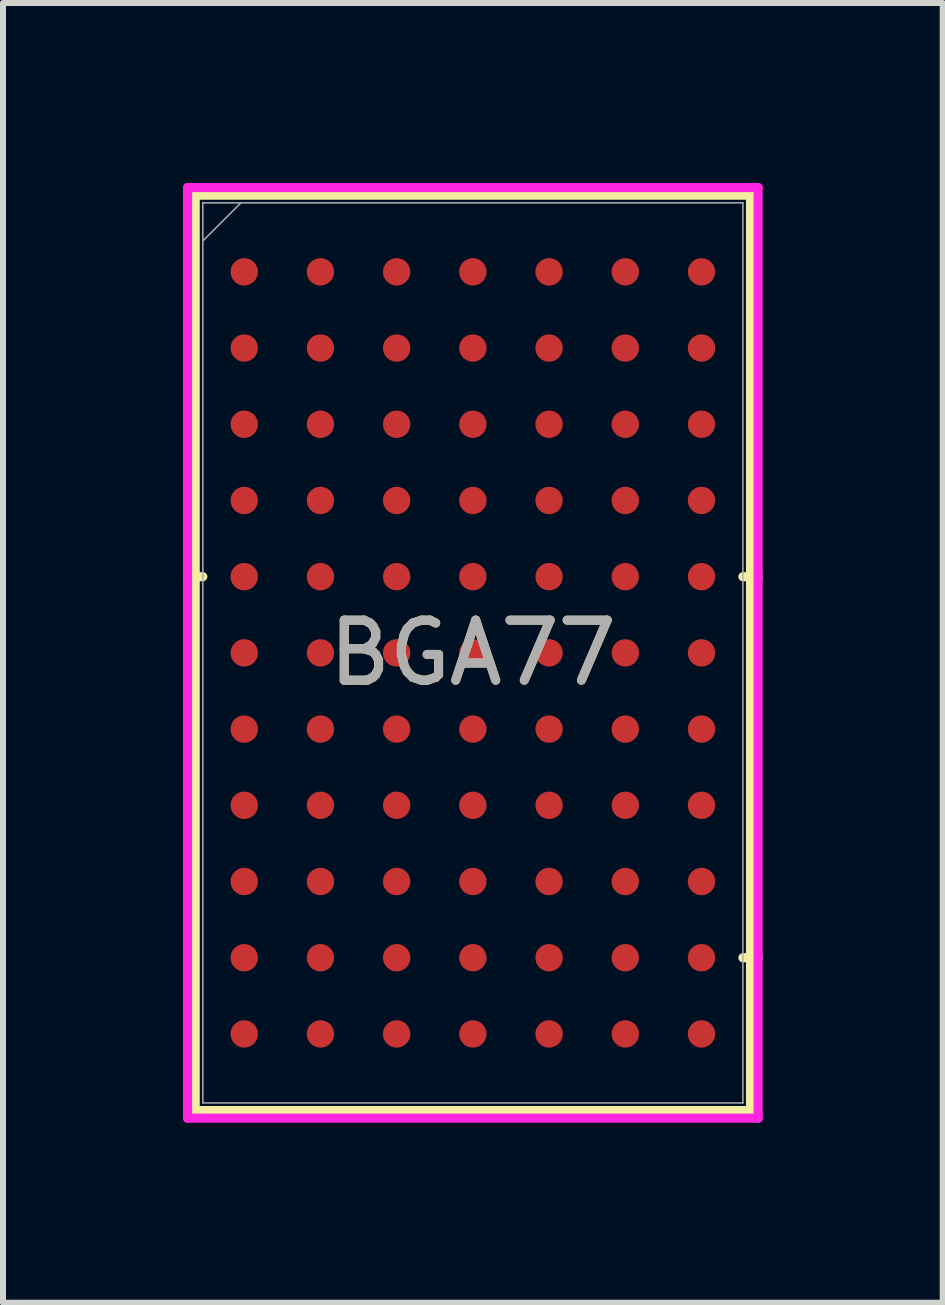
<source format=kicad_pcb>
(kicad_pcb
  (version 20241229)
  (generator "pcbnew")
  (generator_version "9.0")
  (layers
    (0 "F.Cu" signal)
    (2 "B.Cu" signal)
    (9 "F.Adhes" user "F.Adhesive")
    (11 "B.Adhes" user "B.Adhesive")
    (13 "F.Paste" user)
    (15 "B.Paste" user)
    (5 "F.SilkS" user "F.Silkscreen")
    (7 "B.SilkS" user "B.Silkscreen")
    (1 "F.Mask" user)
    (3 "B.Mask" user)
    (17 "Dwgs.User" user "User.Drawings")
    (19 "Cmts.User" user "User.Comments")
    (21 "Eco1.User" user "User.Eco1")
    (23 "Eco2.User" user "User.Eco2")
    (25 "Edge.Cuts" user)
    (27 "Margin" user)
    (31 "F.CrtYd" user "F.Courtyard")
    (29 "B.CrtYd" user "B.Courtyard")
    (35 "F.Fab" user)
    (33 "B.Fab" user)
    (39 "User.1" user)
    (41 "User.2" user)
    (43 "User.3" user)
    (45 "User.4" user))
  (footprint "BGA77"
    (layer "F.Cu")
    (at 4.83 7.83)
    (property "Reference" "BGA77" (at 0 0 0) (unlocked yes) (layer "F.SilkS") (effects (font (size 1 1) (thickness 0.15))))
    (attr smd)
    (fp_line (start -4.627 -7.627) (end -4.627 7.627) (stroke (width 0.152) (type solid)) (layer "F.SilkS"))
    (fp_line (start -4.627 7.627) (end 4.627 7.627) (stroke (width 0.152) (type solid)) (layer "F.SilkS"))
    (fp_line (start -4.5 -1.27) (end -4.754 -1.27) (stroke (width 0.152) (type solid)) (layer "F.SilkS"))
    (fp_line (start 4.5 -1.27) (end 4.754 -1.27) (stroke (width 0.152) (type solid)) (layer "F.SilkS"))
    (fp_line (start 4.5 5.08) (end 4.754 5.08) (stroke (width 0.152) (type solid)) (layer "F.SilkS"))
    (fp_line (start 4.627 -7.627) (end -4.627 -7.627) (stroke (width 0.152) (type solid)) (layer "F.SilkS"))
    (fp_line (start 4.627 7.627) (end 4.627 -7.627) (stroke (width 0.152) (type solid)) (layer "F.SilkS"))
    (fp_line (start -4.754 -7.754) (end 4.754 -7.754) (stroke (width 0.152) (type solid)) (layer "F.CrtYd"))
    (fp_line (start -4.754 7.754) (end -4.754 -7.754) (stroke (width 0.152) (type solid)) (layer "F.CrtYd"))
    (fp_line (start 4.754 -7.754) (end 4.754 7.754) (stroke (width 0.152) (type solid)) (layer "F.CrtYd"))
    (fp_line (start 4.754 7.754) (end -4.754 7.754) (stroke (width 0.152) (type solid)) (layer "F.CrtYd"))
    (fp_line (start -4.5 -7.5) (end -4.5 7.5) (stroke (width 0.025) (type solid)) (layer "F.Fab"))
    (fp_line (start -4.5 7.5) (end 4.5 7.5) (stroke (width 0.025) (type solid)) (layer "F.Fab"))
    (fp_line (start -3.865 -7.5) (end -4.5 -6.865) (stroke (width 0.025) (type solid)) (layer "F.Fab"))
    (fp_line (start 4.5 -7.5) (end -4.5 -7.5) (stroke (width 0.025) (type solid)) (layer "F.Fab"))
    (fp_line (start 4.5 7.5) (end 4.5 -7.5) (stroke (width 0.025) (type solid)) (layer "F.Fab"))
    (fp_text user "${REFERENCE}" (at 0 0 0) (unlocked yes) (layer "F.Fab") (effects (font (size 1 1) (thickness 0.15))))
    (pad "A1" smd circle (at -3.81 -6.35) (size 0.457 0.457) (layers "F.Cu" "F.Mask" "F.Paste"))
    (pad "A2" smd circle (at -2.54 -6.35) (size 0.457 0.457) (layers "F.Cu" "F.Mask" "F.Paste"))
    (pad "A3" smd circle (at -1.27 -6.35) (size 0.457 0.457) (layers "F.Cu" "F.Mask" "F.Paste"))
    (pad "A4" smd circle (at 0 -6.35) (size 0.457 0.457) (layers "F.Cu" "F.Mask" "F.Paste"))
    (pad "A5" smd circle (at 1.27 -6.35) (size 0.457 0.457) (layers "F.Cu" "F.Mask" "F.Paste"))
    (pad "A6" smd circle (at 2.54 -6.35) (size 0.457 0.457) (layers "F.Cu" "F.Mask" "F.Paste"))
    (pad "A7" smd circle (at 3.81 -6.35) (size 0.457 0.457) (layers "F.Cu" "F.Mask" "F.Paste"))
    (pad "B1" smd circle (at -3.81 -5.08) (size 0.457 0.457) (layers "F.Cu" "F.Mask" "F.Paste"))
    (pad "B2" smd circle (at -2.54 -5.08) (size 0.457 0.457) (layers "F.Cu" "F.Mask" "F.Paste"))
    (pad "B3" smd circle (at -1.27 -5.08) (size 0.457 0.457) (layers "F.Cu" "F.Mask" "F.Paste"))
    (pad "B4" smd circle (at 0 -5.08) (size 0.457 0.457) (layers "F.Cu" "F.Mask" "F.Paste"))
    (pad "B5" smd circle (at 1.27 -5.08) (size 0.457 0.457) (layers "F.Cu" "F.Mask" "F.Paste"))
    (pad "B6" smd circle (at 2.54 -5.08) (size 0.457 0.457) (layers "F.Cu" "F.Mask" "F.Paste"))
    (pad "B7" smd circle (at 3.81 -5.08) (size 0.457 0.457) (layers "F.Cu" "F.Mask" "F.Paste"))
    (pad "C1" smd circle (at -3.81 -3.81) (size 0.457 0.457) (layers "F.Cu" "F.Mask" "F.Paste"))
    (pad "C2" smd circle (at -2.54 -3.81) (size 0.457 0.457) (layers "F.Cu" "F.Mask" "F.Paste"))
    (pad "C3" smd circle (at -1.27 -3.81) (size 0.457 0.457) (layers "F.Cu" "F.Mask" "F.Paste"))
    (pad "C4" smd circle (at 0 -3.81) (size 0.457 0.457) (layers "F.Cu" "F.Mask" "F.Paste"))
    (pad "C5" smd circle (at 1.27 -3.81) (size 0.457 0.457) (layers "F.Cu" "F.Mask" "F.Paste"))
    (pad "C6" smd circle (at 2.54 -3.81) (size 0.457 0.457) (layers "F.Cu" "F.Mask" "F.Paste"))
    (pad "C7" smd circle (at 3.81 -3.81) (size 0.457 0.457) (layers "F.Cu" "F.Mask" "F.Paste"))
    (pad "D1" smd circle (at -3.81 -2.54) (size 0.457 0.457) (layers "F.Cu" "F.Mask" "F.Paste"))
    (pad "D2" smd circle (at -2.54 -2.54) (size 0.457 0.457) (layers "F.Cu" "F.Mask" "F.Paste"))
    (pad "D3" smd circle (at -1.27 -2.54) (size 0.457 0.457) (layers "F.Cu" "F.Mask" "F.Paste"))
    (pad "D4" smd circle (at 0 -2.54) (size 0.457 0.457) (layers "F.Cu" "F.Mask" "F.Paste"))
    (pad "D5" smd circle (at 1.27 -2.54) (size 0.457 0.457) (layers "F.Cu" "F.Mask" "F.Paste"))
    (pad "D6" smd circle (at 2.54 -2.54) (size 0.457 0.457) (layers "F.Cu" "F.Mask" "F.Paste"))
    (pad "D7" smd circle (at 3.81 -2.54) (size 0.457 0.457) (layers "F.Cu" "F.Mask" "F.Paste"))
    (pad "E1" smd circle (at -3.81 -1.27) (size 0.457 0.457) (layers "F.Cu" "F.Mask" "F.Paste"))
    (pad "E2" smd circle (at -2.54 -1.27) (size 0.457 0.457) (layers "F.Cu" "F.Mask" "F.Paste"))
    (pad "E3" smd circle (at -1.27 -1.27) (size 0.457 0.457) (layers "F.Cu" "F.Mask" "F.Paste"))
    (pad "E4" smd circle (at 0 -1.27) (size 0.457 0.457) (layers "F.Cu" "F.Mask" "F.Paste"))
    (pad "E5" smd circle (at 1.27 -1.27) (size 0.457 0.457) (layers "F.Cu" "F.Mask" "F.Paste"))
    (pad "E6" smd circle (at 2.54 -1.27) (size 0.457 0.457) (layers "F.Cu" "F.Mask" "F.Paste"))
    (pad "E7" smd circle (at 3.81 -1.27) (size 0.457 0.457) (layers "F.Cu" "F.Mask" "F.Paste"))
    (pad "F1" smd circle (at -3.81 0) (size 0.457 0.457) (layers "F.Cu" "F.Mask" "F.Paste"))
    (pad "F2" smd circle (at -2.54 0) (size 0.457 0.457) (layers "F.Cu" "F.Mask" "F.Paste"))
    (pad "F3" smd circle (at -1.27 0) (size 0.457 0.457) (layers "F.Cu" "F.Mask" "F.Paste"))
    (pad "F4" smd circle (at 0 0) (size 0.457 0.457) (layers "F.Cu" "F.Mask" "F.Paste"))
    (pad "F5" smd circle (at 1.27 0) (size 0.457 0.457) (layers "F.Cu" "F.Mask" "F.Paste"))
    (pad "F6" smd circle (at 2.54 0) (size 0.457 0.457) (layers "F.Cu" "F.Mask" "F.Paste"))
    (pad "F7" smd circle (at 3.81 0) (size 0.457 0.457) (layers "F.Cu" "F.Mask" "F.Paste"))
    (pad "G1" smd circle (at -3.81 1.27) (size 0.457 0.457) (layers "F.Cu" "F.Mask" "F.Paste"))
    (pad "G2" smd circle (at -2.54 1.27) (size 0.457 0.457) (layers "F.Cu" "F.Mask" "F.Paste"))
    (pad "G3" smd circle (at -1.27 1.27) (size 0.457 0.457) (layers "F.Cu" "F.Mask" "F.Paste"))
    (pad "G4" smd circle (at 0 1.27) (size 0.457 0.457) (layers "F.Cu" "F.Mask" "F.Paste"))
    (pad "G5" smd circle (at 1.27 1.27) (size 0.457 0.457) (layers "F.Cu" "F.Mask" "F.Paste"))
    (pad "G6" smd circle (at 2.54 1.27) (size 0.457 0.457) (layers "F.Cu" "F.Mask" "F.Paste"))
    (pad "G7" smd circle (at 3.81 1.27) (size 0.457 0.457) (layers "F.Cu" "F.Mask" "F.Paste"))
    (pad "H1" smd circle (at -3.81 2.54) (size 0.457 0.457) (layers "F.Cu" "F.Mask" "F.Paste"))
    (pad "H2" smd circle (at -2.54 2.54) (size 0.457 0.457) (layers "F.Cu" "F.Mask" "F.Paste"))
    (pad "H3" smd circle (at -1.27 2.54) (size 0.457 0.457) (layers "F.Cu" "F.Mask" "F.Paste"))
    (pad "H4" smd circle (at 0 2.54) (size 0.457 0.457) (layers "F.Cu" "F.Mask" "F.Paste"))
    (pad "H5" smd circle (at 1.27 2.54) (size 0.457 0.457) (layers "F.Cu" "F.Mask" "F.Paste"))
    (pad "H6" smd circle (at 2.54 2.54) (size 0.457 0.457) (layers "F.Cu" "F.Mask" "F.Paste"))
    (pad "H7" smd circle (at 3.81 2.54) (size 0.457 0.457) (layers "F.Cu" "F.Mask" "F.Paste"))
    (pad "J1" smd circle (at -3.81 3.81) (size 0.457 0.457) (layers "F.Cu" "F.Mask" "F.Paste"))
    (pad "J2" smd circle (at -2.54 3.81) (size 0.457 0.457) (layers "F.Cu" "F.Mask" "F.Paste"))
    (pad "J3" smd circle (at -1.27 3.81) (size 0.457 0.457) (layers "F.Cu" "F.Mask" "F.Paste"))
    (pad "J4" smd circle (at 0 3.81) (size 0.457 0.457) (layers "F.Cu" "F.Mask" "F.Paste"))
    (pad "J5" smd circle (at 1.27 3.81) (size 0.457 0.457) (layers "F.Cu" "F.Mask" "F.Paste"))
    (pad "J6" smd circle (at 2.54 3.81) (size 0.457 0.457) (layers "F.Cu" "F.Mask" "F.Paste"))
    (pad "J7" smd circle (at 3.81 3.81) (size 0.457 0.457) (layers "F.Cu" "F.Mask" "F.Paste"))
    (pad "K1" smd circle (at -3.81 5.08) (size 0.457 0.457) (layers "F.Cu" "F.Mask" "F.Paste"))
    (pad "K2" smd circle (at -2.54 5.08) (size 0.457 0.457) (layers "F.Cu" "F.Mask" "F.Paste"))
    (pad "K3" smd circle (at -1.27 5.08) (size 0.457 0.457) (layers "F.Cu" "F.Mask" "F.Paste"))
    (pad "K4" smd circle (at 0 5.08) (size 0.457 0.457) (layers "F.Cu" "F.Mask" "F.Paste"))
    (pad "K5" smd circle (at 1.27 5.08) (size 0.457 0.457) (layers "F.Cu" "F.Mask" "F.Paste"))
    (pad "K6" smd circle (at 2.54 5.08) (size 0.457 0.457) (layers "F.Cu" "F.Mask" "F.Paste"))
    (pad "K7" smd circle (at 3.81 5.08) (size 0.457 0.457) (layers "F.Cu" "F.Mask" "F.Paste"))
    (pad "L1" smd circle (at -3.81 6.35) (size 0.457 0.457) (layers "F.Cu" "F.Mask" "F.Paste"))
    (pad "L2" smd circle (at -2.54 6.35) (size 0.457 0.457) (layers "F.Cu" "F.Mask" "F.Paste"))
    (pad "L3" smd circle (at -1.27 6.35) (size 0.457 0.457) (layers "F.Cu" "F.Mask" "F.Paste"))
    (pad "L4" smd circle (at 0 6.35) (size 0.457 0.457) (layers "F.Cu" "F.Mask" "F.Paste"))
    (pad "L5" smd circle (at 1.27 6.35) (size 0.457 0.457) (layers "F.Cu" "F.Mask" "F.Paste"))
    (pad "L6" smd circle (at 2.54 6.35) (size 0.457 0.457) (layers "F.Cu" "F.Mask" "F.Paste"))
    (pad "L7" smd circle (at 3.81 6.35) (size 0.457 0.457) (layers "F.Cu" "F.Mask" "F.Paste")))
  (gr_rect
    (start -3 -3)
    (end 12.66 18.66)
    (stroke (width 0.1) (type default))
    (fill no)
    (layer "Edge.Cuts")))
</source>
